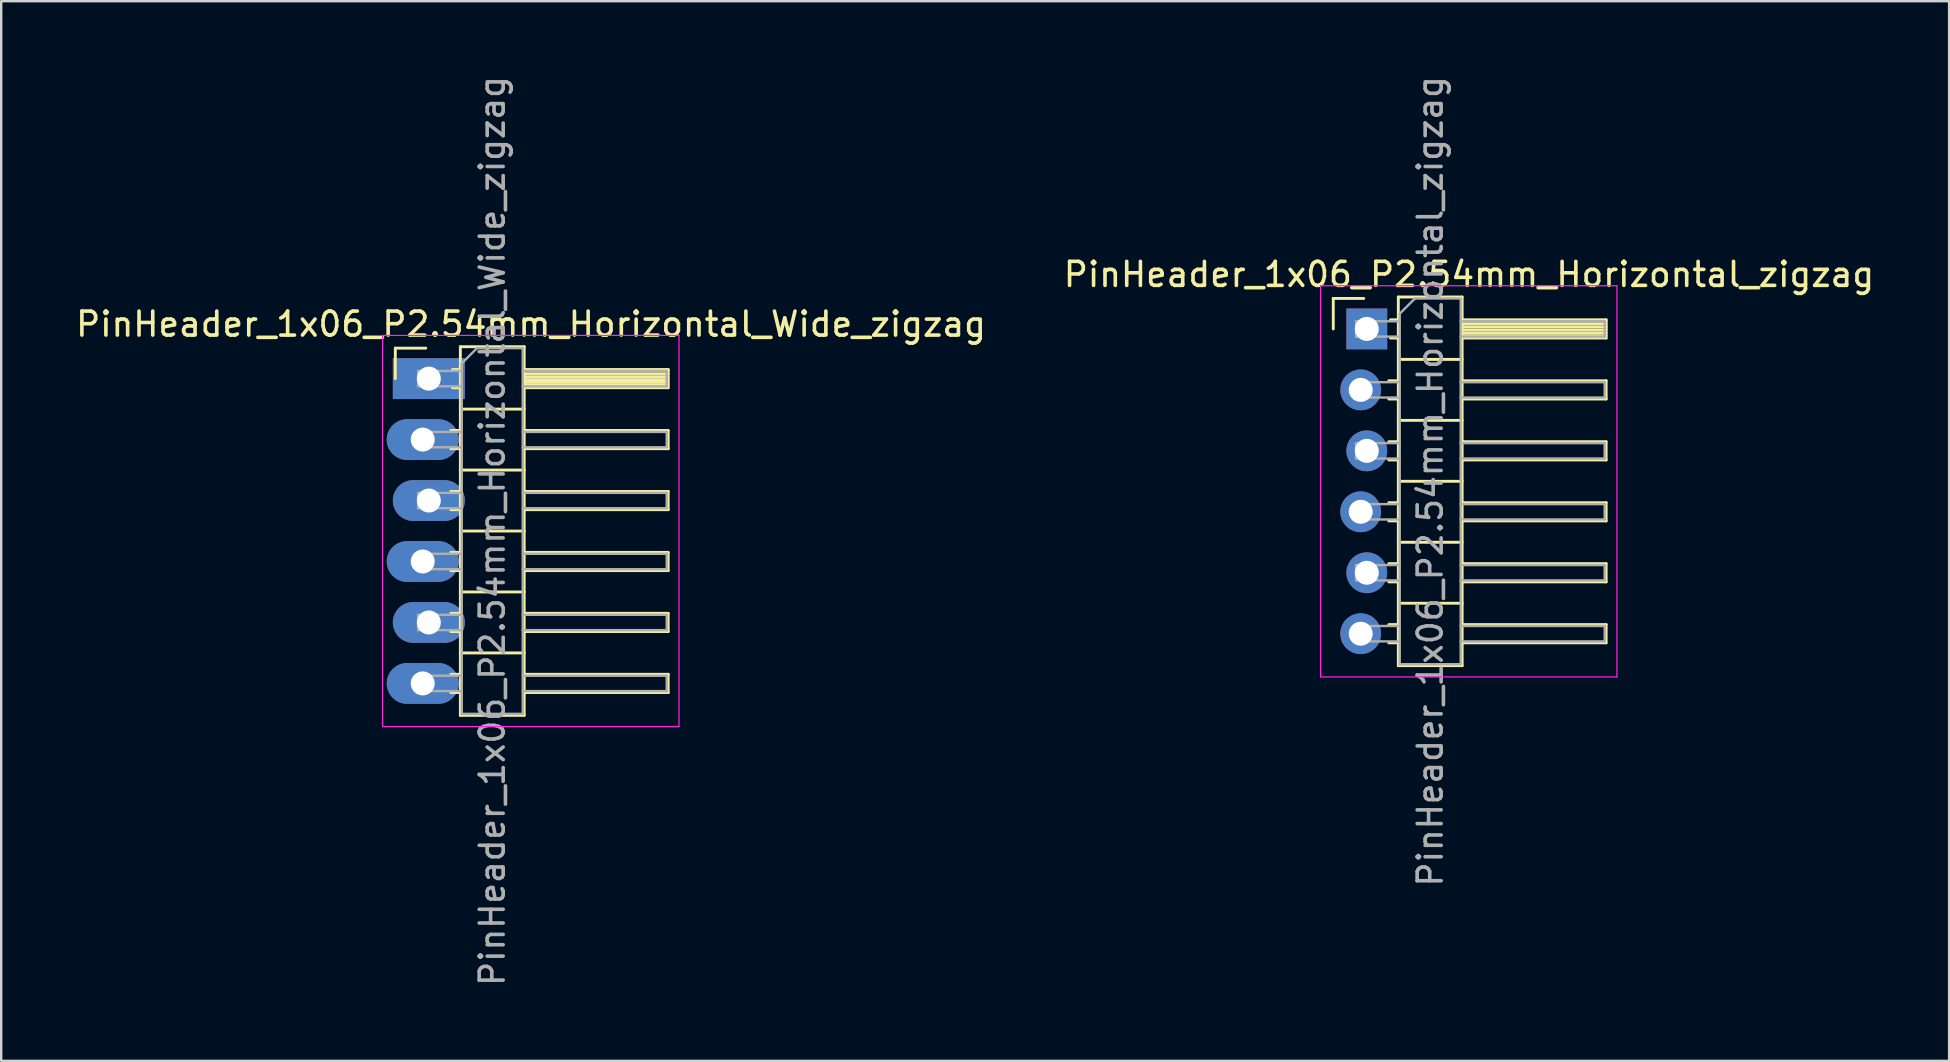
<source format=kicad_pcb>
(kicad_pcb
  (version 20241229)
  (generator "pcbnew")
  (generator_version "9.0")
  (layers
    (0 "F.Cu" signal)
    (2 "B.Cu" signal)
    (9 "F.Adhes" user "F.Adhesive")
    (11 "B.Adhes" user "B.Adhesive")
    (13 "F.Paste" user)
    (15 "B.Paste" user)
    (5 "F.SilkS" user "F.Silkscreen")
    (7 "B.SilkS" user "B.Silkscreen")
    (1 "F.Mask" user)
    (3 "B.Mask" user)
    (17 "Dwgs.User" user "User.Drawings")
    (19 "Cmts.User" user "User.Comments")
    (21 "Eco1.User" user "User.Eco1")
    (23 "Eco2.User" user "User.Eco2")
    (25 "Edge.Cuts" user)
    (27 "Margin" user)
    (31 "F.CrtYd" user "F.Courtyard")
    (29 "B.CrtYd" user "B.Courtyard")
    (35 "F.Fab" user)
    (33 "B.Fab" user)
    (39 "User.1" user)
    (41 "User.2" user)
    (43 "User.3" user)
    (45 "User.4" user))
  (footprint "PinHeader_1x06_P2.54mm_Horizontal_zigzag"
    (layer "F.Cu")
    (at 53.776 10.656)
    (property "Reference" "PinHeader_1x06_P2.54mm_Horizontal_zigzag" (at 4.385 -2.27 0) (layer "F.SilkS") (effects (font (size 1 1) (thickness 0.15))))
    (attr through_hole)
    (fp_line (start -1.27 -1.27) (end 0 -1.27) (stroke (width 0.12) (type solid)) (layer "F.SilkS"))
    (fp_line (start -1.27 0) (end -1.27 -1.27) (stroke (width 0.12) (type solid)) (layer "F.SilkS"))
    (fp_line (start 1.043 2.16) (end 1.44 2.16) (stroke (width 0.12) (type solid)) (layer "F.SilkS"))
    (fp_line (start 1.043 2.92) (end 1.44 2.92) (stroke (width 0.12) (type solid)) (layer "F.SilkS"))
    (fp_line (start 1.043 4.7) (end 1.44 4.7) (stroke (width 0.12) (type solid)) (layer "F.SilkS"))
    (fp_line (start 1.043 5.46) (end 1.44 5.46) (stroke (width 0.12) (type solid)) (layer "F.SilkS"))
    (fp_line (start 1.043 7.24) (end 1.44 7.24) (stroke (width 0.12) (type solid)) (layer "F.SilkS"))
    (fp_line (start 1.043 8) (end 1.44 8) (stroke (width 0.12) (type solid)) (layer "F.SilkS"))
    (fp_line (start 1.043 9.78) (end 1.44 9.78) (stroke (width 0.12) (type solid)) (layer "F.SilkS"))
    (fp_line (start 1.043 10.54) (end 1.44 10.54) (stroke (width 0.12) (type solid)) (layer "F.SilkS"))
    (fp_line (start 1.043 12.32) (end 1.44 12.32) (stroke (width 0.12) (type solid)) (layer "F.SilkS"))
    (fp_line (start 1.043 13.08) (end 1.44 13.08) (stroke (width 0.12) (type solid)) (layer "F.SilkS"))
    (fp_line (start 1.11 -0.38) (end 1.44 -0.38) (stroke (width 0.12) (type solid)) (layer "F.SilkS"))
    (fp_line (start 1.11 0.38) (end 1.44 0.38) (stroke (width 0.12) (type solid)) (layer "F.SilkS"))
    (fp_line (start 1.44 -1.33) (end 1.44 14.03) (stroke (width 0.12) (type solid)) (layer "F.SilkS"))
    (fp_line (start 1.44 1.27) (end 4.1 1.27) (stroke (width 0.12) (type solid)) (layer "F.SilkS"))
    (fp_line (start 1.44 3.81) (end 4.1 3.81) (stroke (width 0.12) (type solid)) (layer "F.SilkS"))
    (fp_line (start 1.44 6.35) (end 4.1 6.35) (stroke (width 0.12) (type solid)) (layer "F.SilkS"))
    (fp_line (start 1.44 8.89) (end 4.1 8.89) (stroke (width 0.12) (type solid)) (layer "F.SilkS"))
    (fp_line (start 1.44 11.43) (end 4.1 11.43) (stroke (width 0.12) (type solid)) (layer "F.SilkS"))
    (fp_line (start 1.44 14.03) (end 4.1 14.03) (stroke (width 0.12) (type solid)) (layer "F.SilkS"))
    (fp_line (start 4.1 -1.33) (end 1.44 -1.33) (stroke (width 0.12) (type solid)) (layer "F.SilkS"))
    (fp_line (start 4.1 -0.38) (end 10.1 -0.38) (stroke (width 0.12) (type solid)) (layer "F.SilkS"))
    (fp_line (start 4.1 -0.32) (end 10.1 -0.32) (stroke (width 0.12) (type solid)) (layer "F.SilkS"))
    (fp_line (start 4.1 -0.2) (end 10.1 -0.2) (stroke (width 0.12) (type solid)) (layer "F.SilkS"))
    (fp_line (start 4.1 -0.08) (end 10.1 -0.08) (stroke (width 0.12) (type solid)) (layer "F.SilkS"))
    (fp_line (start 4.1 0.04) (end 10.1 0.04) (stroke (width 0.12) (type solid)) (layer "F.SilkS"))
    (fp_line (start 4.1 0.16) (end 10.1 0.16) (stroke (width 0.12) (type solid)) (layer "F.SilkS"))
    (fp_line (start 4.1 0.28) (end 10.1 0.28) (stroke (width 0.12) (type solid)) (layer "F.SilkS"))
    (fp_line (start 4.1 2.16) (end 10.1 2.16) (stroke (width 0.12) (type solid)) (layer "F.SilkS"))
    (fp_line (start 4.1 4.7) (end 10.1 4.7) (stroke (width 0.12) (type solid)) (layer "F.SilkS"))
    (fp_line (start 4.1 7.24) (end 10.1 7.24) (stroke (width 0.12) (type solid)) (layer "F.SilkS"))
    (fp_line (start 4.1 9.78) (end 10.1 9.78) (stroke (width 0.12) (type solid)) (layer "F.SilkS"))
    (fp_line (start 4.1 12.32) (end 10.1 12.32) (stroke (width 0.12) (type solid)) (layer "F.SilkS"))
    (fp_line (start 4.1 14.03) (end 4.1 -1.33) (stroke (width 0.12) (type solid)) (layer "F.SilkS"))
    (fp_line (start 10.1 -0.38) (end 10.1 0.38) (stroke (width 0.12) (type solid)) (layer "F.SilkS"))
    (fp_line (start 10.1 0.38) (end 4.1 0.38) (stroke (width 0.12) (type solid)) (layer "F.SilkS"))
    (fp_line (start 10.1 2.16) (end 10.1 2.92) (stroke (width 0.12) (type solid)) (layer "F.SilkS"))
    (fp_line (start 10.1 2.92) (end 4.1 2.92) (stroke (width 0.12) (type solid)) (layer "F.SilkS"))
    (fp_line (start 10.1 4.7) (end 10.1 5.46) (stroke (width 0.12) (type solid)) (layer "F.SilkS"))
    (fp_line (start 10.1 5.46) (end 4.1 5.46) (stroke (width 0.12) (type solid)) (layer "F.SilkS"))
    (fp_line (start 10.1 7.24) (end 10.1 8) (stroke (width 0.12) (type solid)) (layer "F.SilkS"))
    (fp_line (start 10.1 8) (end 4.1 8) (stroke (width 0.12) (type solid)) (layer "F.SilkS"))
    (fp_line (start 10.1 9.78) (end 10.1 10.54) (stroke (width 0.12) (type solid)) (layer "F.SilkS"))
    (fp_line (start 10.1 10.54) (end 4.1 10.54) (stroke (width 0.12) (type solid)) (layer "F.SilkS"))
    (fp_line (start 10.1 12.32) (end 10.1 13.08) (stroke (width 0.12) (type solid)) (layer "F.SilkS"))
    (fp_line (start 10.1 13.08) (end 4.1 13.08) (stroke (width 0.12) (type solid)) (layer "F.SilkS"))
    (fp_line (start -1.8 -1.8) (end -1.8 14.5) (stroke (width 0.05) (type solid)) (layer "F.CrtYd"))
    (fp_line (start -1.8 14.5) (end 10.55 14.5) (stroke (width 0.05) (type solid)) (layer "F.CrtYd"))
    (fp_line (start 10.55 -1.8) (end -1.8 -1.8) (stroke (width 0.05) (type solid)) (layer "F.CrtYd"))
    (fp_line (start 10.55 14.5) (end 10.55 -1.8) (stroke (width 0.05) (type solid)) (layer "F.CrtYd"))
    (fp_line (start -0.32 -0.32) (end -0.32 0.32) (stroke (width 0.1) (type solid)) (layer "F.Fab"))
    (fp_line (start -0.32 -0.32) (end 1.5 -0.32) (stroke (width 0.1) (type solid)) (layer "F.Fab"))
    (fp_line (start -0.32 0.32) (end 1.5 0.32) (stroke (width 0.1) (type solid)) (layer "F.Fab"))
    (fp_line (start -0.32 2.22) (end -0.32 2.86) (stroke (width 0.1) (type solid)) (layer "F.Fab"))
    (fp_line (start -0.32 2.22) (end 1.5 2.22) (stroke (width 0.1) (type solid)) (layer "F.Fab"))
    (fp_line (start -0.32 2.86) (end 1.5 2.86) (stroke (width 0.1) (type solid)) (layer "F.Fab"))
    (fp_line (start -0.32 4.76) (end -0.32 5.4) (stroke (width 0.1) (type solid)) (layer "F.Fab"))
    (fp_line (start -0.32 4.76) (end 1.5 4.76) (stroke (width 0.1) (type solid)) (layer "F.Fab"))
    (fp_line (start -0.32 5.4) (end 1.5 5.4) (stroke (width 0.1) (type solid)) (layer "F.Fab"))
    (fp_line (start -0.32 7.3) (end -0.32 7.94) (stroke (width 0.1) (type solid)) (layer "F.Fab"))
    (fp_line (start -0.32 7.3) (end 1.5 7.3) (stroke (width 0.1) (type solid)) (layer "F.Fab"))
    (fp_line (start -0.32 7.94) (end 1.5 7.94) (stroke (width 0.1) (type solid)) (layer "F.Fab"))
    (fp_line (start -0.32 9.84) (end -0.32 10.48) (stroke (width 0.1) (type solid)) (layer "F.Fab"))
    (fp_line (start -0.32 9.84) (end 1.5 9.84) (stroke (width 0.1) (type solid)) (layer "F.Fab"))
    (fp_line (start -0.32 10.48) (end 1.5 10.48) (stroke (width 0.1) (type solid)) (layer "F.Fab"))
    (fp_line (start -0.32 12.38) (end -0.32 13.02) (stroke (width 0.1) (type solid)) (layer "F.Fab"))
    (fp_line (start -0.32 12.38) (end 1.5 12.38) (stroke (width 0.1) (type solid)) (layer "F.Fab"))
    (fp_line (start -0.32 13.02) (end 1.5 13.02) (stroke (width 0.1) (type solid)) (layer "F.Fab"))
    (fp_line (start 1.5 -0.635) (end 2.135 -1.27) (stroke (width 0.1) (type solid)) (layer "F.Fab"))
    (fp_line (start 1.5 13.97) (end 1.5 -0.635) (stroke (width 0.1) (type solid)) (layer "F.Fab"))
    (fp_line (start 2.135 -1.27) (end 4.04 -1.27) (stroke (width 0.1) (type solid)) (layer "F.Fab"))
    (fp_line (start 4.04 -1.27) (end 4.04 13.97) (stroke (width 0.1) (type solid)) (layer "F.Fab"))
    (fp_line (start 4.04 -0.32) (end 10.04 -0.32) (stroke (width 0.1) (type solid)) (layer "F.Fab"))
    (fp_line (start 4.04 0.32) (end 10.04 0.32) (stroke (width 0.1) (type solid)) (layer "F.Fab"))
    (fp_line (start 4.04 2.22) (end 10.04 2.22) (stroke (width 0.1) (type solid)) (layer "F.Fab"))
    (fp_line (start 4.04 2.86) (end 10.04 2.86) (stroke (width 0.1) (type solid)) (layer "F.Fab"))
    (fp_line (start 4.04 4.76) (end 10.04 4.76) (stroke (width 0.1) (type solid)) (layer "F.Fab"))
    (fp_line (start 4.04 5.4) (end 10.04 5.4) (stroke (width 0.1) (type solid)) (layer "F.Fab"))
    (fp_line (start 4.04 7.3) (end 10.04 7.3) (stroke (width 0.1) (type solid)) (layer "F.Fab"))
    (fp_line (start 4.04 7.94) (end 10.04 7.94) (stroke (width 0.1) (type solid)) (layer "F.Fab"))
    (fp_line (start 4.04 9.84) (end 10.04 9.84) (stroke (width 0.1) (type solid)) (layer "F.Fab"))
    (fp_line (start 4.04 10.48) (end 10.04 10.48) (stroke (width 0.1) (type solid)) (layer "F.Fab"))
    (fp_line (start 4.04 12.38) (end 10.04 12.38) (stroke (width 0.1) (type solid)) (layer "F.Fab"))
    (fp_line (start 4.04 13.02) (end 10.04 13.02) (stroke (width 0.1) (type solid)) (layer "F.Fab"))
    (fp_line (start 4.04 13.97) (end 1.5 13.97) (stroke (width 0.1) (type solid)) (layer "F.Fab"))
    (fp_line (start 10.04 -0.32) (end 10.04 0.32) (stroke (width 0.1) (type solid)) (layer "F.Fab"))
    (fp_line (start 10.04 2.22) (end 10.04 2.86) (stroke (width 0.1) (type solid)) (layer "F.Fab"))
    (fp_line (start 10.04 4.76) (end 10.04 5.4) (stroke (width 0.1) (type solid)) (layer "F.Fab"))
    (fp_line (start 10.04 7.3) (end 10.04 7.94) (stroke (width 0.1) (type solid)) (layer "F.Fab"))
    (fp_line (start 10.04 9.84) (end 10.04 10.48) (stroke (width 0.1) (type solid)) (layer "F.Fab"))
    (fp_line (start 10.04 12.38) (end 10.04 13.02) (stroke (width 0.1) (type solid)) (layer "F.Fab"))
    (fp_text user "${REFERENCE}" (at 2.77 6.35 90) (layer "F.Fab") (effects (font (size 1 1) (thickness 0.15))))
    (pad "1" thru_hole rect (at 0.127 0) (size 1.7 1.7) (drill 1) (layers "*.Cu" "*.Mask"))
    (pad "2" thru_hole oval (at -0.127 2.54) (size 1.7 1.7) (drill 1) (layers "*.Cu" "*.Mask"))
    (pad "3" thru_hole oval (at 0.127 5.08) (size 1.7 1.7) (drill 1) (layers "*.Cu" "*.Mask"))
    (pad "4" thru_hole oval (at -0.127 7.62) (size 1.7 1.7) (drill 1) (layers "*.Cu" "*.Mask"))
    (pad "5" thru_hole oval (at 0.127 10.16) (size 1.7 1.7) (drill 1) (layers "*.Cu" "*.Mask"))
    (pad "6" thru_hole oval (at -0.127 12.7) (size 1.7 1.7) (drill 1) (layers "*.Cu" "*.Mask")))
  (footprint "PinHeader_1x06_P2.54mm_Horizontal_Wide_zigzag"
    (layer "F.Cu")
    (at 14.692 12.727)
    (property "Reference" "PinHeader_1x06_P2.54mm_Horizontal_Wide_zigzag" (at 4.385 -2.27 0) (layer "F.SilkS") (effects (font (size 1 1) (thickness 0.15))))
    (attr through_hole)
    (fp_line (start -1.27 -1.27) (end 0 -1.27) (stroke (width 0.12) (type solid)) (layer "F.SilkS"))
    (fp_line (start -1.27 0) (end -1.27 -1.27) (stroke (width 0.12) (type solid)) (layer "F.SilkS"))
    (fp_line (start 1.043 2.16) (end 1.44 2.16) (stroke (width 0.12) (type solid)) (layer "F.SilkS"))
    (fp_line (start 1.043 2.92) (end 1.44 2.92) (stroke (width 0.12) (type solid)) (layer "F.SilkS"))
    (fp_line (start 1.043 4.7) (end 1.44 4.7) (stroke (width 0.12) (type solid)) (layer "F.SilkS"))
    (fp_line (start 1.043 5.46) (end 1.44 5.46) (stroke (width 0.12) (type solid)) (layer "F.SilkS"))
    (fp_line (start 1.043 7.24) (end 1.44 7.24) (stroke (width 0.12) (type solid)) (layer "F.SilkS"))
    (fp_line (start 1.043 8) (end 1.44 8) (stroke (width 0.12) (type solid)) (layer "F.SilkS"))
    (fp_line (start 1.043 9.78) (end 1.44 9.78) (stroke (width 0.12) (type solid)) (layer "F.SilkS"))
    (fp_line (start 1.043 10.54) (end 1.44 10.54) (stroke (width 0.12) (type solid)) (layer "F.SilkS"))
    (fp_line (start 1.043 12.32) (end 1.44 12.32) (stroke (width 0.12) (type solid)) (layer "F.SilkS"))
    (fp_line (start 1.043 13.08) (end 1.44 13.08) (stroke (width 0.12) (type solid)) (layer "F.SilkS"))
    (fp_line (start 1.11 -0.38) (end 1.44 -0.38) (stroke (width 0.12) (type solid)) (layer "F.SilkS"))
    (fp_line (start 1.11 0.38) (end 1.44 0.38) (stroke (width 0.12) (type solid)) (layer "F.SilkS"))
    (fp_line (start 1.44 -1.33) (end 1.44 14.03) (stroke (width 0.12) (type solid)) (layer "F.SilkS"))
    (fp_line (start 1.44 1.27) (end 4.1 1.27) (stroke (width 0.12) (type solid)) (layer "F.SilkS"))
    (fp_line (start 1.44 3.81) (end 4.1 3.81) (stroke (width 0.12) (type solid)) (layer "F.SilkS"))
    (fp_line (start 1.44 6.35) (end 4.1 6.35) (stroke (width 0.12) (type solid)) (layer "F.SilkS"))
    (fp_line (start 1.44 8.89) (end 4.1 8.89) (stroke (width 0.12) (type solid)) (layer "F.SilkS"))
    (fp_line (start 1.44 11.43) (end 4.1 11.43) (stroke (width 0.12) (type solid)) (layer "F.SilkS"))
    (fp_line (start 1.44 14.03) (end 4.1 14.03) (stroke (width 0.12) (type solid)) (layer "F.SilkS"))
    (fp_line (start 4.1 -1.33) (end 1.44 -1.33) (stroke (width 0.12) (type solid)) (layer "F.SilkS"))
    (fp_line (start 4.1 -0.38) (end 10.1 -0.38) (stroke (width 0.12) (type solid)) (layer "F.SilkS"))
    (fp_line (start 4.1 -0.32) (end 10.1 -0.32) (stroke (width 0.12) (type solid)) (layer "F.SilkS"))
    (fp_line (start 4.1 -0.2) (end 10.1 -0.2) (stroke (width 0.12) (type solid)) (layer "F.SilkS"))
    (fp_line (start 4.1 -0.08) (end 10.1 -0.08) (stroke (width 0.12) (type solid)) (layer "F.SilkS"))
    (fp_line (start 4.1 0.04) (end 10.1 0.04) (stroke (width 0.12) (type solid)) (layer "F.SilkS"))
    (fp_line (start 4.1 0.16) (end 10.1 0.16) (stroke (width 0.12) (type solid)) (layer "F.SilkS"))
    (fp_line (start 4.1 0.28) (end 10.1 0.28) (stroke (width 0.12) (type solid)) (layer "F.SilkS"))
    (fp_line (start 4.1 2.16) (end 10.1 2.16) (stroke (width 0.12) (type solid)) (layer "F.SilkS"))
    (fp_line (start 4.1 4.7) (end 10.1 4.7) (stroke (width 0.12) (type solid)) (layer "F.SilkS"))
    (fp_line (start 4.1 7.24) (end 10.1 7.24) (stroke (width 0.12) (type solid)) (layer "F.SilkS"))
    (fp_line (start 4.1 9.78) (end 10.1 9.78) (stroke (width 0.12) (type solid)) (layer "F.SilkS"))
    (fp_line (start 4.1 12.32) (end 10.1 12.32) (stroke (width 0.12) (type solid)) (layer "F.SilkS"))
    (fp_line (start 4.1 14.03) (end 4.1 -1.33) (stroke (width 0.12) (type solid)) (layer "F.SilkS"))
    (fp_line (start 10.1 -0.38) (end 10.1 0.38) (stroke (width 0.12) (type solid)) (layer "F.SilkS"))
    (fp_line (start 10.1 0.38) (end 4.1 0.38) (stroke (width 0.12) (type solid)) (layer "F.SilkS"))
    (fp_line (start 10.1 2.16) (end 10.1 2.92) (stroke (width 0.12) (type solid)) (layer "F.SilkS"))
    (fp_line (start 10.1 2.92) (end 4.1 2.92) (stroke (width 0.12) (type solid)) (layer "F.SilkS"))
    (fp_line (start 10.1 4.7) (end 10.1 5.46) (stroke (width 0.12) (type solid)) (layer "F.SilkS"))
    (fp_line (start 10.1 5.46) (end 4.1 5.46) (stroke (width 0.12) (type solid)) (layer "F.SilkS"))
    (fp_line (start 10.1 7.24) (end 10.1 8) (stroke (width 0.12) (type solid)) (layer "F.SilkS"))
    (fp_line (start 10.1 8) (end 4.1 8) (stroke (width 0.12) (type solid)) (layer "F.SilkS"))
    (fp_line (start 10.1 9.78) (end 10.1 10.54) (stroke (width 0.12) (type solid)) (layer "F.SilkS"))
    (fp_line (start 10.1 10.54) (end 4.1 10.54) (stroke (width 0.12) (type solid)) (layer "F.SilkS"))
    (fp_line (start 10.1 12.32) (end 10.1 13.08) (stroke (width 0.12) (type solid)) (layer "F.SilkS"))
    (fp_line (start 10.1 13.08) (end 4.1 13.08) (stroke (width 0.12) (type solid)) (layer "F.SilkS"))
    (fp_line (start -1.8 -1.8) (end -1.8 14.5) (stroke (width 0.05) (type solid)) (layer "F.CrtYd"))
    (fp_line (start -1.8 14.5) (end 10.55 14.5) (stroke (width 0.05) (type solid)) (layer "F.CrtYd"))
    (fp_line (start 10.55 -1.8) (end -1.8 -1.8) (stroke (width 0.05) (type solid)) (layer "F.CrtYd"))
    (fp_line (start 10.55 14.5) (end 10.55 -1.8) (stroke (width 0.05) (type solid)) (layer "F.CrtYd"))
    (fp_line (start -0.32 -0.32) (end -0.32 0.32) (stroke (width 0.1) (type solid)) (layer "F.Fab"))
    (fp_line (start -0.32 -0.32) (end 1.5 -0.32) (stroke (width 0.1) (type solid)) (layer "F.Fab"))
    (fp_line (start -0.32 0.32) (end 1.5 0.32) (stroke (width 0.1) (type solid)) (layer "F.Fab"))
    (fp_line (start -0.32 2.22) (end -0.32 2.86) (stroke (width 0.1) (type solid)) (layer "F.Fab"))
    (fp_line (start -0.32 2.22) (end 1.5 2.22) (stroke (width 0.1) (type solid)) (layer "F.Fab"))
    (fp_line (start -0.32 2.86) (end 1.5 2.86) (stroke (width 0.1) (type solid)) (layer "F.Fab"))
    (fp_line (start -0.32 4.76) (end -0.32 5.4) (stroke (width 0.1) (type solid)) (layer "F.Fab"))
    (fp_line (start -0.32 4.76) (end 1.5 4.76) (stroke (width 0.1) (type solid)) (layer "F.Fab"))
    (fp_line (start -0.32 5.4) (end 1.5 5.4) (stroke (width 0.1) (type solid)) (layer "F.Fab"))
    (fp_line (start -0.32 7.3) (end -0.32 7.94) (stroke (width 0.1) (type solid)) (layer "F.Fab"))
    (fp_line (start -0.32 7.3) (end 1.5 7.3) (stroke (width 0.1) (type solid)) (layer "F.Fab"))
    (fp_line (start -0.32 7.94) (end 1.5 7.94) (stroke (width 0.1) (type solid)) (layer "F.Fab"))
    (fp_line (start -0.32 9.84) (end -0.32 10.48) (stroke (width 0.1) (type solid)) (layer "F.Fab"))
    (fp_line (start -0.32 9.84) (end 1.5 9.84) (stroke (width 0.1) (type solid)) (layer "F.Fab"))
    (fp_line (start -0.32 10.48) (end 1.5 10.48) (stroke (width 0.1) (type solid)) (layer "F.Fab"))
    (fp_line (start -0.32 12.38) (end -0.32 13.02) (stroke (width 0.1) (type solid)) (layer "F.Fab"))
    (fp_line (start -0.32 12.38) (end 1.5 12.38) (stroke (width 0.1) (type solid)) (layer "F.Fab"))
    (fp_line (start -0.32 13.02) (end 1.5 13.02) (stroke (width 0.1) (type solid)) (layer "F.Fab"))
    (fp_line (start 1.5 -0.635) (end 2.135 -1.27) (stroke (width 0.1) (type solid)) (layer "F.Fab"))
    (fp_line (start 1.5 13.97) (end 1.5 -0.635) (stroke (width 0.1) (type solid)) (layer "F.Fab"))
    (fp_line (start 2.135 -1.27) (end 4.04 -1.27) (stroke (width 0.1) (type solid)) (layer "F.Fab"))
    (fp_line (start 4.04 -1.27) (end 4.04 13.97) (stroke (width 0.1) (type solid)) (layer "F.Fab"))
    (fp_line (start 4.04 -0.32) (end 10.04 -0.32) (stroke (width 0.1) (type solid)) (layer "F.Fab"))
    (fp_line (start 4.04 0.32) (end 10.04 0.32) (stroke (width 0.1) (type solid)) (layer "F.Fab"))
    (fp_line (start 4.04 2.22) (end 10.04 2.22) (stroke (width 0.1) (type solid)) (layer "F.Fab"))
    (fp_line (start 4.04 2.86) (end 10.04 2.86) (stroke (width 0.1) (type solid)) (layer "F.Fab"))
    (fp_line (start 4.04 4.76) (end 10.04 4.76) (stroke (width 0.1) (type solid)) (layer "F.Fab"))
    (fp_line (start 4.04 5.4) (end 10.04 5.4) (stroke (width 0.1) (type solid)) (layer "F.Fab"))
    (fp_line (start 4.04 7.3) (end 10.04 7.3) (stroke (width 0.1) (type solid)) (layer "F.Fab"))
    (fp_line (start 4.04 7.94) (end 10.04 7.94) (stroke (width 0.1) (type solid)) (layer "F.Fab"))
    (fp_line (start 4.04 9.84) (end 10.04 9.84) (stroke (width 0.1) (type solid)) (layer "F.Fab"))
    (fp_line (start 4.04 10.48) (end 10.04 10.48) (stroke (width 0.1) (type solid)) (layer "F.Fab"))
    (fp_line (start 4.04 12.38) (end 10.04 12.38) (stroke (width 0.1) (type solid)) (layer "F.Fab"))
    (fp_line (start 4.04 13.02) (end 10.04 13.02) (stroke (width 0.1) (type solid)) (layer "F.Fab"))
    (fp_line (start 4.04 13.97) (end 1.5 13.97) (stroke (width 0.1) (type solid)) (layer "F.Fab"))
    (fp_line (start 10.04 -0.32) (end 10.04 0.32) (stroke (width 0.1) (type solid)) (layer "F.Fab"))
    (fp_line (start 10.04 2.22) (end 10.04 2.86) (stroke (width 0.1) (type solid)) (layer "F.Fab"))
    (fp_line (start 10.04 4.76) (end 10.04 5.4) (stroke (width 0.1) (type solid)) (layer "F.Fab"))
    (fp_line (start 10.04 7.3) (end 10.04 7.94) (stroke (width 0.1) (type solid)) (layer "F.Fab"))
    (fp_line (start 10.04 9.84) (end 10.04 10.48) (stroke (width 0.1) (type solid)) (layer "F.Fab"))
    (fp_line (start 10.04 12.38) (end 10.04 13.02) (stroke (width 0.1) (type solid)) (layer "F.Fab"))
    (fp_text user "${REFERENCE}" (at 2.77 6.35 90) (layer "F.Fab") (effects (font (size 1 1) (thickness 0.15))))
    (pad "1" thru_hole rect (at 0.127 0) (size 3 1.7) (drill 1) (layers "*.Cu" "*.Mask"))
    (pad "2" thru_hole oval (at -0.127 2.54) (size 3 1.7) (drill 1) (layers "*.Cu" "*.Mask"))
    (pad "3" thru_hole oval (at 0.127 5.08) (size 3 1.7) (drill 1) (layers "*.Cu" "*.Mask"))
    (pad "4" thru_hole oval (at -0.127 7.62) (size 3 1.7) (drill 1) (layers "*.Cu" "*.Mask"))
    (pad "5" thru_hole oval (at 0.127 10.16) (size 3 1.7) (drill 1) (layers "*.Cu" "*.Mask"))
    (pad "6" thru_hole oval (at -0.127 12.7) (size 3 1.7) (drill 1) (layers "*.Cu" "*.Mask")))
  (gr_rect
    (start -3 -3)
    (end 78.167 41.155)
    (stroke (width 0.1) (type default))
    (fill no)
    (layer "Edge.Cuts")))
</source>
